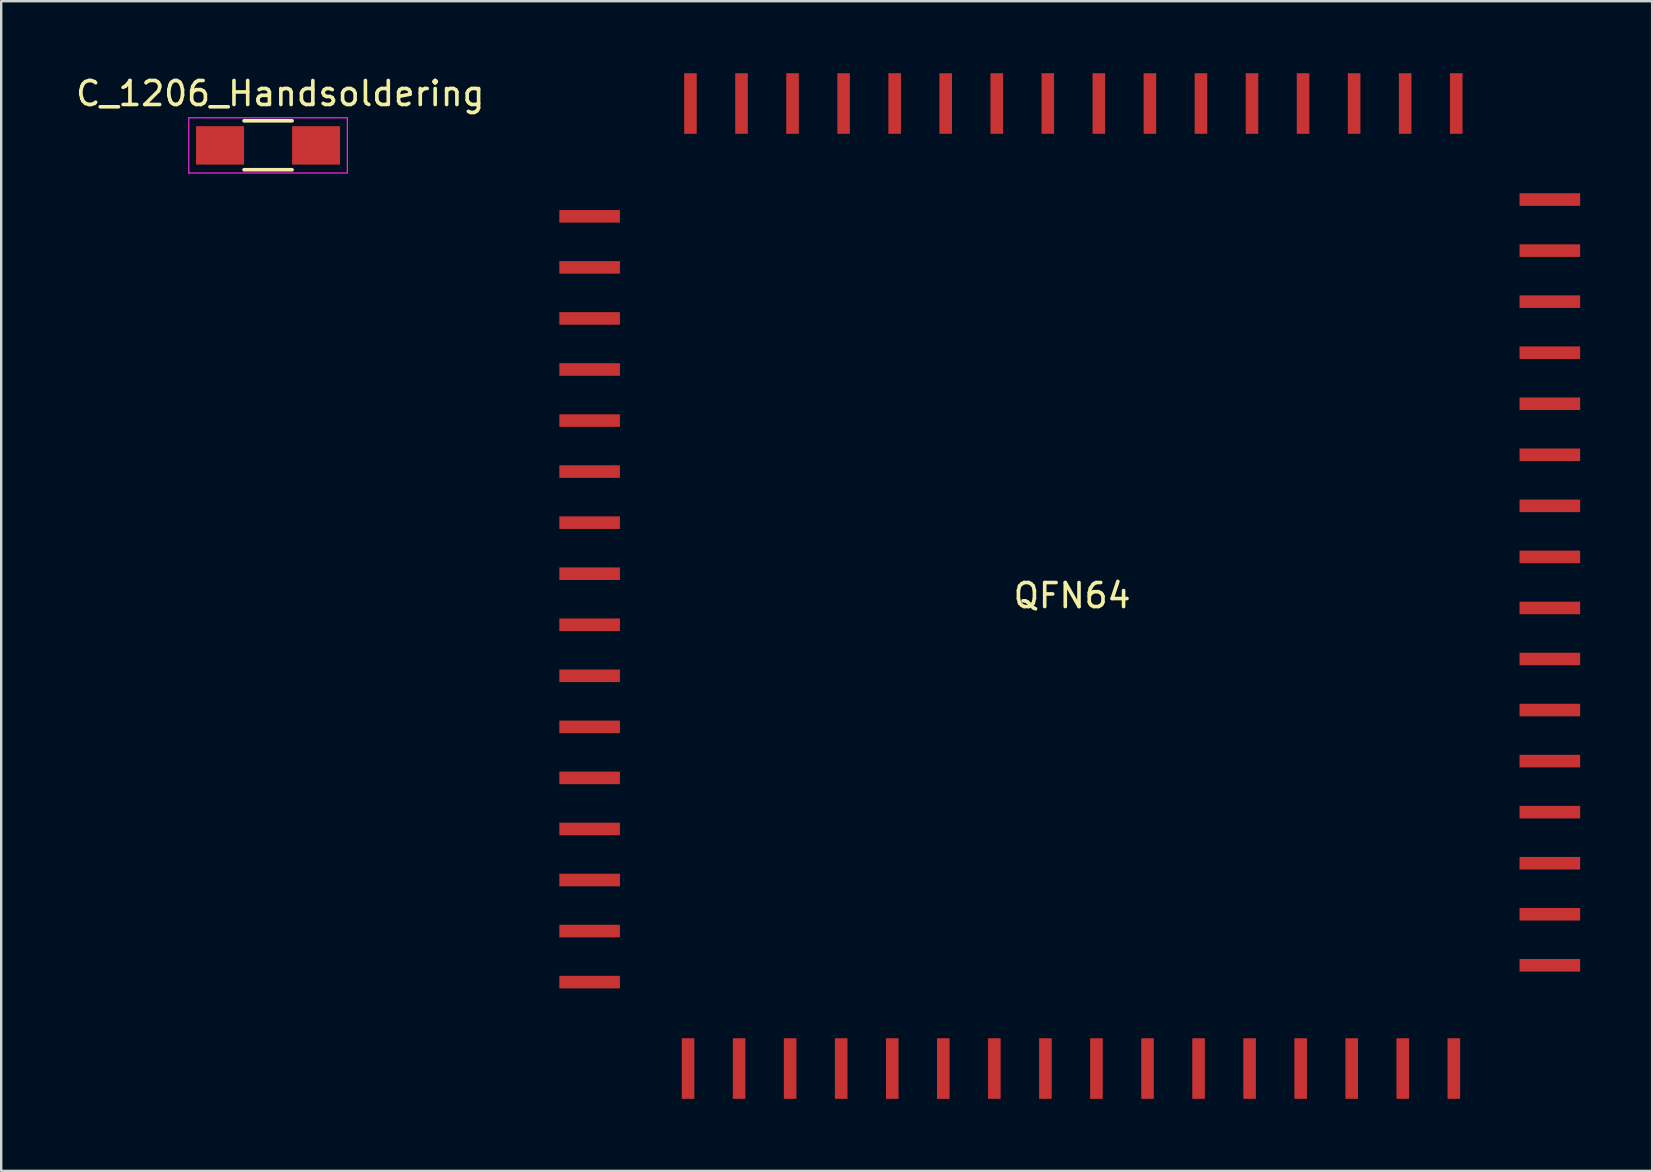
<source format=kicad_pcb>
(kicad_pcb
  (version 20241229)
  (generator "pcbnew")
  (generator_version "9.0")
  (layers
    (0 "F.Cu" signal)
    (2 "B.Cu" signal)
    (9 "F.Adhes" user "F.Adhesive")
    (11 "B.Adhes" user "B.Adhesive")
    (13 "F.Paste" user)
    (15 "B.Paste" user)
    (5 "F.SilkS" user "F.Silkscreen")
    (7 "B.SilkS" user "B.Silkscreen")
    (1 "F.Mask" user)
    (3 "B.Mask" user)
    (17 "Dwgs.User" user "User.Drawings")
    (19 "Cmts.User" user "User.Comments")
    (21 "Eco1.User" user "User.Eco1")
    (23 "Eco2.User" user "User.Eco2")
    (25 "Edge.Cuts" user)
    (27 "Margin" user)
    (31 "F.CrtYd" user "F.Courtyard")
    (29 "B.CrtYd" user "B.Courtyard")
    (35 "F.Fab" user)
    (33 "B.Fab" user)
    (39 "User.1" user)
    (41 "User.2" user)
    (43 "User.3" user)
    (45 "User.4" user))
  (footprint "QFN64"
    (layer "F.Cu")
    (at 41.612 21.262)
    (property "Reference" "QFN64" (at 0 0.5 0) (layer "F.SilkS") (effects (font (size 1 1) (thickness 0.15))))
    (attr through_hole)
    (pad "1" smd rect (at -20.1 -15.3 90) (size 0.524 2.524) (layers "F.Cu" "F.Mask" "F.Paste"))
    (pad "2" smd rect (at -20.1 -13.173 90) (size 0.524 2.524) (layers "F.Cu" "F.Mask" "F.Paste"))
    (pad "3" smd rect (at -20.1 -11.047 90) (size 0.524 2.524) (layers "F.Cu" "F.Mask" "F.Paste"))
    (pad "4" smd rect (at -20.1 -8.92 90) (size 0.524 2.524) (layers "F.Cu" "F.Mask" "F.Paste"))
    (pad "5" smd rect (at -20.1 -6.793 90) (size 0.524 2.524) (layers "F.Cu" "F.Mask" "F.Paste"))
    (pad "6" smd rect (at -20.1 -4.667 90) (size 0.524 2.524) (layers "F.Cu" "F.Mask" "F.Paste"))
    (pad "7" smd rect (at -20.1 -2.54 90) (size 0.524 2.524) (layers "F.Cu" "F.Mask" "F.Paste"))
    (pad "8" smd rect (at -20.1 -0.413 90) (size 0.524 2.524) (layers "F.Cu" "F.Mask" "F.Paste"))
    (pad "9" smd rect (at -20.1 1.713 90) (size 0.524 2.524) (layers "F.Cu" "F.Mask" "F.Paste"))
    (pad "10" smd rect (at -20.1 3.84 90) (size 0.524 2.524) (layers "F.Cu" "F.Mask" "F.Paste"))
    (pad "11" smd rect (at -20.1 5.967 90) (size 0.524 2.524) (layers "F.Cu" "F.Mask" "F.Paste"))
    (pad "12" smd rect (at -20.1 8.093 90) (size 0.524 2.524) (layers "F.Cu" "F.Mask" "F.Paste"))
    (pad "13" smd rect (at -20.1 10.22 90) (size 0.524 2.524) (layers "F.Cu" "F.Mask" "F.Paste"))
    (pad "14" smd rect (at -20.1 12.347 90) (size 0.524 2.524) (layers "F.Cu" "F.Mask" "F.Paste"))
    (pad "15" smd rect (at -20.1 14.473 90) (size 0.524 2.524) (layers "F.Cu" "F.Mask" "F.Paste"))
    (pad "16" smd rect (at -20.1 16.6 90) (size 0.524 2.524) (layers "F.Cu" "F.Mask" "F.Paste"))
    (pad "17" smd rect (at -16 20.2 180) (size 0.524 2.524) (layers "F.Cu" "F.Mask" "F.Paste"))
    (pad "18" smd rect (at -13.873 20.2 180) (size 0.524 2.524) (layers "F.Cu" "F.Mask" "F.Paste"))
    (pad "19" smd rect (at -11.747 20.2 180) (size 0.524 2.524) (layers "F.Cu" "F.Mask" "F.Paste"))
    (pad "20" smd rect (at -9.62 20.2 180) (size 0.524 2.524) (layers "F.Cu" "F.Mask" "F.Paste"))
    (pad "21" smd rect (at -7.493 20.2 180) (size 0.524 2.524) (layers "F.Cu" "F.Mask" "F.Paste"))
    (pad "22" smd rect (at -5.367 20.2 180) (size 0.524 2.524) (layers "F.Cu" "F.Mask" "F.Paste"))
    (pad "23" smd rect (at -3.24 20.2 180) (size 0.524 2.524) (layers "F.Cu" "F.Mask" "F.Paste"))
    (pad "24" smd rect (at -1.113 20.2 180) (size 0.524 2.524) (layers "F.Cu" "F.Mask" "F.Paste"))
    (pad "25" smd rect (at 1.013 20.2 180) (size 0.524 2.524) (layers "F.Cu" "F.Mask" "F.Paste"))
    (pad "26" smd rect (at 3.14 20.2 180) (size 0.524 2.524) (layers "F.Cu" "F.Mask" "F.Paste"))
    (pad "27" smd rect (at 5.267 20.2 180) (size 0.524 2.524) (layers "F.Cu" "F.Mask" "F.Paste"))
    (pad "28" smd rect (at 7.393 20.2 180) (size 0.524 2.524) (layers "F.Cu" "F.Mask" "F.Paste"))
    (pad "29" smd rect (at 9.52 20.2 180) (size 0.524 2.524) (layers "F.Cu" "F.Mask" "F.Paste"))
    (pad "30" smd rect (at 11.647 20.2 180) (size 0.524 2.524) (layers "F.Cu" "F.Mask" "F.Paste"))
    (pad "31" smd rect (at 13.773 20.2 180) (size 0.524 2.524) (layers "F.Cu" "F.Mask" "F.Paste"))
    (pad "32" smd rect (at 15.9 20.2 180) (size 0.524 2.524) (layers "F.Cu" "F.Mask" "F.Paste"))
    (pad "33" smd rect (at 19.9 15.9 270) (size 0.524 2.524) (layers "F.Cu" "F.Mask" "F.Paste"))
    (pad "34" smd rect (at 19.9 13.773 270) (size 0.524 2.524) (layers "F.Cu" "F.Mask" "F.Paste"))
    (pad "35" smd rect (at 19.9 11.647 270) (size 0.524 2.524) (layers "F.Cu" "F.Mask" "F.Paste"))
    (pad "36" smd rect (at 19.9 9.52 270) (size 0.524 2.524) (layers "F.Cu" "F.Mask" "F.Paste"))
    (pad "37" smd rect (at 19.9 7.393 270) (size 0.524 2.524) (layers "F.Cu" "F.Mask" "F.Paste"))
    (pad "38" smd rect (at 19.9 5.267 270) (size 0.524 2.524) (layers "F.Cu" "F.Mask" "F.Paste"))
    (pad "39" smd rect (at 19.9 3.14 270) (size 0.524 2.524) (layers "F.Cu" "F.Mask" "F.Paste"))
    (pad "40" smd rect (at 19.9 1.013 270) (size 0.524 2.524) (layers "F.Cu" "F.Mask" "F.Paste"))
    (pad "41" smd rect (at 19.9 -1.113 270) (size 0.524 2.524) (layers "F.Cu" "F.Mask" "F.Paste"))
    (pad "42" smd rect (at 19.9 -3.24 270) (size 0.524 2.524) (layers "F.Cu" "F.Mask" "F.Paste"))
    (pad "43" smd rect (at 19.9 -5.367 270) (size 0.524 2.524) (layers "F.Cu" "F.Mask" "F.Paste"))
    (pad "44" smd rect (at 19.9 -7.493 270) (size 0.524 2.524) (layers "F.Cu" "F.Mask" "F.Paste"))
    (pad "45" smd rect (at 19.9 -9.62 270) (size 0.524 2.524) (layers "F.Cu" "F.Mask" "F.Paste"))
    (pad "46" smd rect (at 19.9 -11.747 270) (size 0.524 2.524) (layers "F.Cu" "F.Mask" "F.Paste"))
    (pad "47" smd rect (at 19.9 -13.873 270) (size 0.524 2.524) (layers "F.Cu" "F.Mask" "F.Paste"))
    (pad "48" smd rect (at 19.9 -16 270) (size 0.524 2.524) (layers "F.Cu" "F.Mask" "F.Paste"))
    (pad "49" smd rect (at 16 -20) (size 0.524 2.524) (layers "F.Cu" "F.Mask" "F.Paste"))
    (pad "50" smd rect (at 13.873 -20) (size 0.524 2.524) (layers "F.Cu" "F.Mask" "F.Paste"))
    (pad "51" smd rect (at 11.747 -20) (size 0.524 2.524) (layers "F.Cu" "F.Mask" "F.Paste"))
    (pad "52" smd rect (at 9.62 -20) (size 0.524 2.524) (layers "F.Cu" "F.Mask" "F.Paste"))
    (pad "53" smd rect (at 7.493 -20) (size 0.524 2.524) (layers "F.Cu" "F.Mask" "F.Paste"))
    (pad "54" smd rect (at 5.367 -20) (size 0.524 2.524) (layers "F.Cu" "F.Mask" "F.Paste"))
    (pad "55" smd rect (at 3.24 -20) (size 0.524 2.524) (layers "F.Cu" "F.Mask" "F.Paste"))
    (pad "56" smd rect (at 1.113 -20) (size 0.524 2.524) (layers "F.Cu" "F.Mask" "F.Paste"))
    (pad "57" smd rect (at -1.013 -20) (size 0.524 2.524) (layers "F.Cu" "F.Mask" "F.Paste"))
    (pad "58" smd rect (at -3.14 -20) (size 0.524 2.524) (layers "F.Cu" "F.Mask" "F.Paste"))
    (pad "59" smd rect (at -5.267 -20) (size 0.524 2.524) (layers "F.Cu" "F.Mask" "F.Paste"))
    (pad "60" smd rect (at -7.393 -20) (size 0.524 2.524) (layers "F.Cu" "F.Mask" "F.Paste"))
    (pad "61" smd rect (at -9.52 -20) (size 0.524 2.524) (layers "F.Cu" "F.Mask" "F.Paste"))
    (pad "62" smd rect (at -11.647 -20) (size 0.524 2.524) (layers "F.Cu" "F.Mask" "F.Paste"))
    (pad "63" smd rect (at -13.773 -20) (size 0.524 2.524) (layers "F.Cu" "F.Mask" "F.Paste"))
    (pad "64" smd rect (at -15.9 -20) (size 0.524 2.524) (layers "F.Cu" "F.Mask" "F.Paste")))
  (footprint "C_1206_Handsoldering"
    (layer "F.Cu")
    (at 8.117 3.007)
    (property "Reference" "C_1206_Handsoldering" (at 0.508 -2.159 0) (layer "F.SilkS") (effects (font (size 1 1) (thickness 0.15))))
    (attr through_hole)
    (fp_line (start -1 1.015) (end 1 1.015) (stroke (width 0.15) (type solid)) (layer "F.SilkS"))
    (fp_line (start 1 -1.025) (end -1 -1.025) (stroke (width 0.15) (type solid)) (layer "F.SilkS"))
    (fp_line (start -3.302 1.143) (end -3.302 -1.143) (stroke (width 0.05) (type solid)) (layer "F.CrtYd"))
    (fp_line (start -3.3 -1.15) (end 3.3 -1.15) (stroke (width 0.05) (type solid)) (layer "F.CrtYd"))
    (fp_line (start -3.3 1.15) (end 3.3 1.15) (stroke (width 0.05) (type solid)) (layer "F.CrtYd"))
    (fp_line (start 3.302 -1.143) (end 3.302 1.143) (stroke (width 0.05) (type solid)) (layer "F.CrtYd"))
    (pad "1" smd rect (at -2 0) (size 2 1.6) (layers "F.Cu" "F.Mask" "F.Paste"))
    (pad "2" smd rect (at 2 0) (size 2 1.6) (layers "F.Cu" "F.Mask" "F.Paste")))
  (gr_rect
    (start -3 -3)
    (end 65.774 45.724)
    (stroke (width 0.1) (type default))
    (fill no)
    (layer "Edge.Cuts")))
</source>
